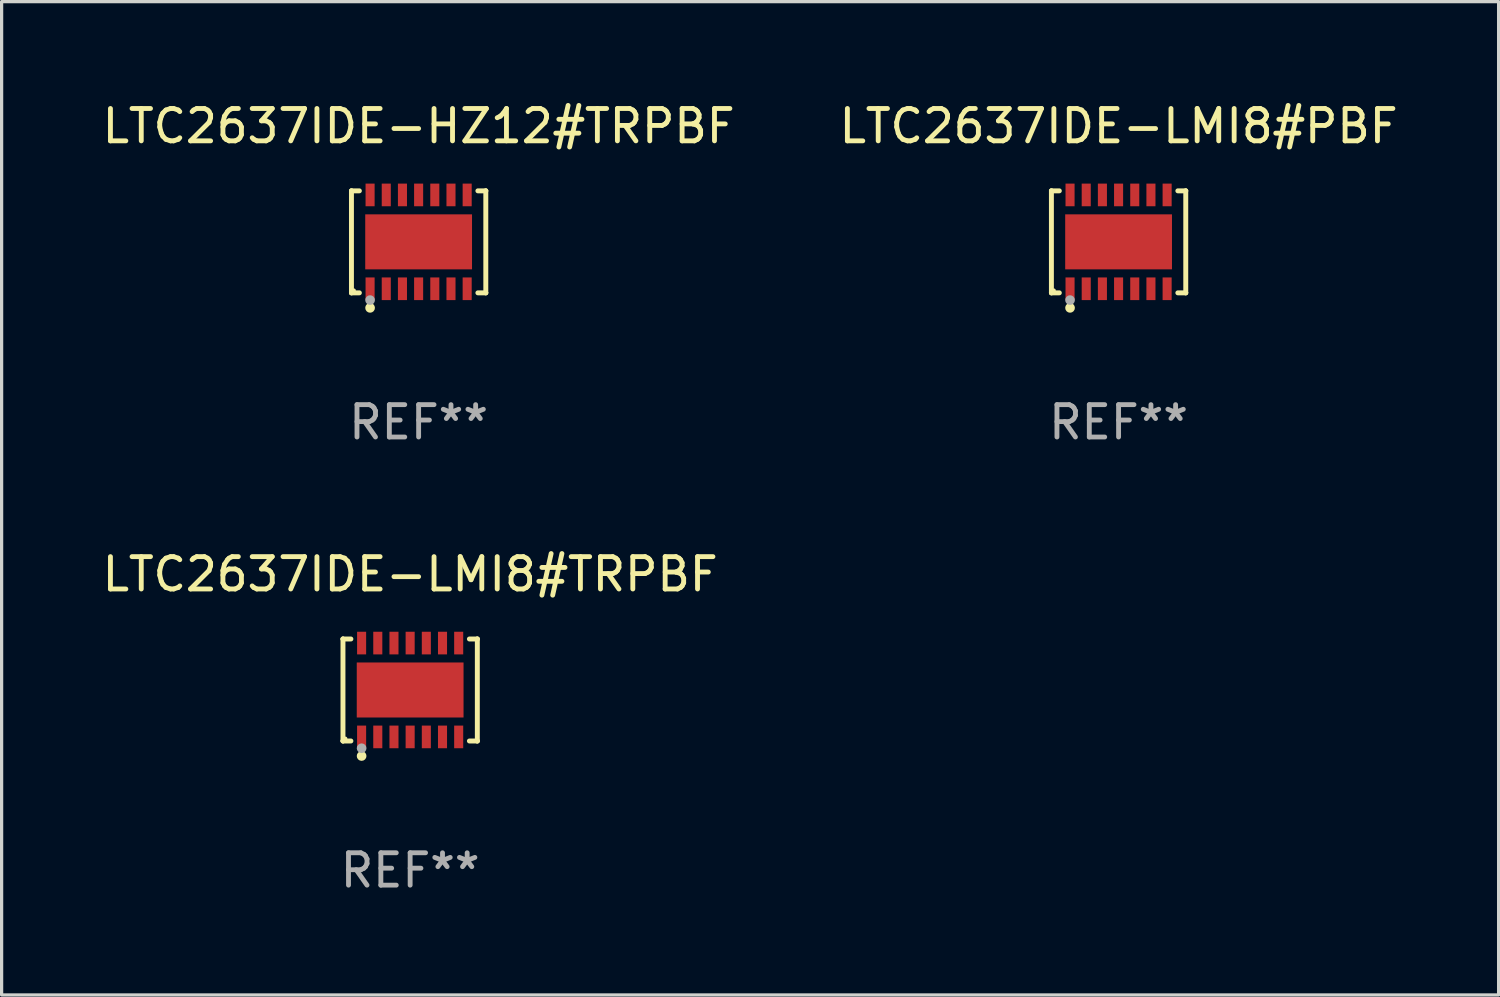
<source format=kicad_pcb>
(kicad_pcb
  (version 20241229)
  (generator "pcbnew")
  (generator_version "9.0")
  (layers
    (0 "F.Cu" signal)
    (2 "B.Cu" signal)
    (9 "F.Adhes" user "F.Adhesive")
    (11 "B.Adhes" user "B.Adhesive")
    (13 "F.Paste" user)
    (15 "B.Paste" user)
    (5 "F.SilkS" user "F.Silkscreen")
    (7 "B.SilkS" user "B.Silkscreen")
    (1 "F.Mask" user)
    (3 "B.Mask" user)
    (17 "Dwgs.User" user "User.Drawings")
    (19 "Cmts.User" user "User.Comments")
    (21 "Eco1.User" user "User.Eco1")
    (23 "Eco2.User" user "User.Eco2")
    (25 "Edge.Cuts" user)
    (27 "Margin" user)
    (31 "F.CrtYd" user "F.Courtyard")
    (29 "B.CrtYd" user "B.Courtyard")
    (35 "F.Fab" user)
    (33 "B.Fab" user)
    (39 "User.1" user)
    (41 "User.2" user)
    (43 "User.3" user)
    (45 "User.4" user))
  (footprint "LTC2637IDE-LMI8#PBF"
    (layer "F.Cu")
    (at 31.518 4.424)
    (property "Reference" "LTC2637IDE-LMI8#PBF" (at 0 -3.576 0) (layer "F.SilkS") (effects (font (size 1 1) (thickness 0.15))))
    (attr through_hole)
    (fp_line (start -2.076 -1.576) (end -2.076 -1.576) (stroke (width 0.152) (type solid)) (layer "F.SilkS"))
    (fp_line (start -2.076 -1.576) (end -1.831 -1.576) (stroke (width 0.152) (type solid)) (layer "F.SilkS"))
    (fp_line (start -2.076 1.576) (end -2.076 -1.576) (stroke (width 0.152) (type solid)) (layer "F.SilkS"))
    (fp_line (start -2.076 1.576) (end -2.076 1.576) (stroke (width 0.152) (type solid)) (layer "F.SilkS"))
    (fp_line (start -1.831 1.576) (end -2.076 1.576) (stroke (width 0.152) (type solid)) (layer "F.SilkS"))
    (fp_line (start 1.831 1.576) (end 2.076 1.576) (stroke (width 0.152) (type solid)) (layer "F.SilkS"))
    (fp_line (start 2.076 -1.576) (end 1.831 -1.576) (stroke (width 0.152) (type solid)) (layer "F.SilkS"))
    (fp_line (start 2.076 -1.576) (end 2.076 -1.576) (stroke (width 0.152) (type solid)) (layer "F.SilkS"))
    (fp_line (start 2.076 1.576) (end 2.076 -1.576) (stroke (width 0.152) (type solid)) (layer "F.SilkS"))
    (fp_line (start 2.076 1.576) (end 2.076 1.576) (stroke (width 0.152) (type solid)) (layer "F.SilkS"))
    (fp_circle (center -2 1.5) (end -1.97 1.5) (stroke (width 0.06) (type solid)) (fill no) (layer "F.SilkS"))
    (fp_circle (center -1.5 2.04) (end -1.425 2.04) (stroke (width 0.15) (type solid)) (fill no) (layer "F.SilkS"))
    (fp_circle (center -1.5 1.8) (end -1.425 1.8) (stroke (width 0.15) (type solid)) (fill no) (layer "F.Fab"))
    (fp_text user "REF**" (at 0 5.576 0) (layer "F.Fab") (effects (font (size 1 1) (thickness 0.15))))
    (pad "1" smd rect (at -1.5 1.45) (size 0.28 0.7) (layers "F.Cu" "F.Mask" "F.Paste"))
    (pad "2" smd rect (at -1 1.45) (size 0.28 0.7) (layers "F.Cu" "F.Mask" "F.Paste"))
    (pad "3" smd rect (at -0.5 1.45) (size 0.28 0.7) (layers "F.Cu" "F.Mask" "F.Paste"))
    (pad "4" smd rect (at 0 1.45) (size 0.28 0.7) (layers "F.Cu" "F.Mask" "F.Paste"))
    (pad "5" smd rect (at 0.5 1.45) (size 0.28 0.7) (layers "F.Cu" "F.Mask" "F.Paste"))
    (pad "6" smd rect (at 1 1.45) (size 0.28 0.7) (layers "F.Cu" "F.Mask" "F.Paste"))
    (pad "7" smd rect (at 1.5 1.45) (size 0.28 0.7) (layers "F.Cu" "F.Mask" "F.Paste"))
    (pad "8" smd rect (at 1.5 -1.45) (size 0.28 0.7) (layers "F.Cu" "F.Mask" "F.Paste"))
    (pad "9" smd rect (at 1 -1.45) (size 0.28 0.7) (layers "F.Cu" "F.Mask" "F.Paste"))
    (pad "10" smd rect (at 0.5 -1.45) (size 0.28 0.7) (layers "F.Cu" "F.Mask" "F.Paste"))
    (pad "11" smd rect (at 0 -1.45) (size 0.28 0.7) (layers "F.Cu" "F.Mask" "F.Paste"))
    (pad "12" smd rect (at -0.5 -1.45) (size 0.28 0.7) (layers "F.Cu" "F.Mask" "F.Paste"))
    (pad "13" smd rect (at -1 -1.45) (size 0.28 0.7) (layers "F.Cu" "F.Mask" "F.Paste"))
    (pad "14" smd rect (at -1.5 -1.45) (size 0.28 0.7) (layers "F.Cu" "F.Mask" "F.Paste"))
    (pad "15" smd rect (at 0 0) (size 3.3 1.7) (layers "F.Cu" "F.Mask" "F.Paste")))
  (footprint "LTC2637IDE-HZ12#TRPBF"
    (layer "F.Cu")
    (at 9.887 4.424)
    (property "Reference" "LTC2637IDE-HZ12#TRPBF" (at 0 -3.576 0) (layer "F.SilkS") (effects (font (size 1 1) (thickness 0.15))))
    (attr through_hole)
    (fp_line (start -2.076 -1.576) (end -2.076 -1.576) (stroke (width 0.152) (type solid)) (layer "F.SilkS"))
    (fp_line (start -2.076 -1.576) (end -1.831 -1.576) (stroke (width 0.152) (type solid)) (layer "F.SilkS"))
    (fp_line (start -2.076 1.576) (end -2.076 -1.576) (stroke (width 0.152) (type solid)) (layer "F.SilkS"))
    (fp_line (start -2.076 1.576) (end -2.076 1.576) (stroke (width 0.152) (type solid)) (layer "F.SilkS"))
    (fp_line (start -1.831 1.576) (end -2.076 1.576) (stroke (width 0.152) (type solid)) (layer "F.SilkS"))
    (fp_line (start 1.831 1.576) (end 2.076 1.576) (stroke (width 0.152) (type solid)) (layer "F.SilkS"))
    (fp_line (start 2.076 -1.576) (end 1.831 -1.576) (stroke (width 0.152) (type solid)) (layer "F.SilkS"))
    (fp_line (start 2.076 -1.576) (end 2.076 -1.576) (stroke (width 0.152) (type solid)) (layer "F.SilkS"))
    (fp_line (start 2.076 1.576) (end 2.076 -1.576) (stroke (width 0.152) (type solid)) (layer "F.SilkS"))
    (fp_line (start 2.076 1.576) (end 2.076 1.576) (stroke (width 0.152) (type solid)) (layer "F.SilkS"))
    (fp_circle (center -2 1.5) (end -1.97 1.5) (stroke (width 0.06) (type solid)) (fill no) (layer "F.SilkS"))
    (fp_circle (center -1.5 2.04) (end -1.425 2.04) (stroke (width 0.15) (type solid)) (fill no) (layer "F.SilkS"))
    (fp_circle (center -1.5 1.8) (end -1.425 1.8) (stroke (width 0.15) (type solid)) (fill no) (layer "F.Fab"))
    (fp_text user "REF**" (at 0 5.576 0) (layer "F.Fab") (effects (font (size 1 1) (thickness 0.15))))
    (pad "1" smd rect (at -1.5 1.45) (size 0.28 0.7) (layers "F.Cu" "F.Mask" "F.Paste"))
    (pad "2" smd rect (at -1 1.45) (size 0.28 0.7) (layers "F.Cu" "F.Mask" "F.Paste"))
    (pad "3" smd rect (at -0.5 1.45) (size 0.28 0.7) (layers "F.Cu" "F.Mask" "F.Paste"))
    (pad "4" smd rect (at 0 1.45) (size 0.28 0.7) (layers "F.Cu" "F.Mask" "F.Paste"))
    (pad "5" smd rect (at 0.5 1.45) (size 0.28 0.7) (layers "F.Cu" "F.Mask" "F.Paste"))
    (pad "6" smd rect (at 1 1.45) (size 0.28 0.7) (layers "F.Cu" "F.Mask" "F.Paste"))
    (pad "7" smd rect (at 1.5 1.45) (size 0.28 0.7) (layers "F.Cu" "F.Mask" "F.Paste"))
    (pad "8" smd rect (at 1.5 -1.45) (size 0.28 0.7) (layers "F.Cu" "F.Mask" "F.Paste"))
    (pad "9" smd rect (at 1 -1.45) (size 0.28 0.7) (layers "F.Cu" "F.Mask" "F.Paste"))
    (pad "10" smd rect (at 0.5 -1.45) (size 0.28 0.7) (layers "F.Cu" "F.Mask" "F.Paste"))
    (pad "11" smd rect (at 0 -1.45) (size 0.28 0.7) (layers "F.Cu" "F.Mask" "F.Paste"))
    (pad "12" smd rect (at -0.5 -1.45) (size 0.28 0.7) (layers "F.Cu" "F.Mask" "F.Paste"))
    (pad "13" smd rect (at -1 -1.45) (size 0.28 0.7) (layers "F.Cu" "F.Mask" "F.Paste"))
    (pad "14" smd rect (at -1.5 -1.45) (size 0.28 0.7) (layers "F.Cu" "F.Mask" "F.Paste"))
    (pad "15" smd rect (at 0 0) (size 3.3 1.7) (layers "F.Cu" "F.Mask" "F.Paste")))
  (footprint "LTC2637IDE-LMI8#TRPBF"
    (layer "F.Cu")
    (at 9.625 18.273)
    (property "Reference" "LTC2637IDE-LMI8#TRPBF" (at 0 -3.576 0) (layer "F.SilkS") (effects (font (size 1 1) (thickness 0.15))))
    (attr through_hole)
    (fp_line (start -2.076 -1.576) (end -2.076 -1.576) (stroke (width 0.152) (type solid)) (layer "F.SilkS"))
    (fp_line (start -2.076 -1.576) (end -1.831 -1.576) (stroke (width 0.152) (type solid)) (layer "F.SilkS"))
    (fp_line (start -2.076 1.576) (end -2.076 -1.576) (stroke (width 0.152) (type solid)) (layer "F.SilkS"))
    (fp_line (start -2.076 1.576) (end -2.076 1.576) (stroke (width 0.152) (type solid)) (layer "F.SilkS"))
    (fp_line (start -1.831 1.576) (end -2.076 1.576) (stroke (width 0.152) (type solid)) (layer "F.SilkS"))
    (fp_line (start 1.831 1.576) (end 2.076 1.576) (stroke (width 0.152) (type solid)) (layer "F.SilkS"))
    (fp_line (start 2.076 -1.576) (end 1.831 -1.576) (stroke (width 0.152) (type solid)) (layer "F.SilkS"))
    (fp_line (start 2.076 -1.576) (end 2.076 -1.576) (stroke (width 0.152) (type solid)) (layer "F.SilkS"))
    (fp_line (start 2.076 1.576) (end 2.076 -1.576) (stroke (width 0.152) (type solid)) (layer "F.SilkS"))
    (fp_line (start 2.076 1.576) (end 2.076 1.576) (stroke (width 0.152) (type solid)) (layer "F.SilkS"))
    (fp_circle (center -2 1.5) (end -1.97 1.5) (stroke (width 0.06) (type solid)) (fill no) (layer "F.SilkS"))
    (fp_circle (center -1.5 2.04) (end -1.425 2.04) (stroke (width 0.15) (type solid)) (fill no) (layer "F.SilkS"))
    (fp_circle (center -1.5 1.8) (end -1.425 1.8) (stroke (width 0.15) (type solid)) (fill no) (layer "F.Fab"))
    (fp_text user "REF**" (at 0 5.576 0) (layer "F.Fab") (effects (font (size 1 1) (thickness 0.15))))
    (pad "1" smd rect (at -1.5 1.45) (size 0.28 0.7) (layers "F.Cu" "F.Mask" "F.Paste"))
    (pad "2" smd rect (at -1 1.45) (size 0.28 0.7) (layers "F.Cu" "F.Mask" "F.Paste"))
    (pad "3" smd rect (at -0.5 1.45) (size 0.28 0.7) (layers "F.Cu" "F.Mask" "F.Paste"))
    (pad "4" smd rect (at 0 1.45) (size 0.28 0.7) (layers "F.Cu" "F.Mask" "F.Paste"))
    (pad "5" smd rect (at 0.5 1.45) (size 0.28 0.7) (layers "F.Cu" "F.Mask" "F.Paste"))
    (pad "6" smd rect (at 1 1.45) (size 0.28 0.7) (layers "F.Cu" "F.Mask" "F.Paste"))
    (pad "7" smd rect (at 1.5 1.45) (size 0.28 0.7) (layers "F.Cu" "F.Mask" "F.Paste"))
    (pad "8" smd rect (at 1.5 -1.45) (size 0.28 0.7) (layers "F.Cu" "F.Mask" "F.Paste"))
    (pad "9" smd rect (at 1 -1.45) (size 0.28 0.7) (layers "F.Cu" "F.Mask" "F.Paste"))
    (pad "10" smd rect (at 0.5 -1.45) (size 0.28 0.7) (layers "F.Cu" "F.Mask" "F.Paste"))
    (pad "11" smd rect (at 0 -1.45) (size 0.28 0.7) (layers "F.Cu" "F.Mask" "F.Paste"))
    (pad "12" smd rect (at -0.5 -1.45) (size 0.28 0.7) (layers "F.Cu" "F.Mask" "F.Paste"))
    (pad "13" smd rect (at -1 -1.45) (size 0.28 0.7) (layers "F.Cu" "F.Mask" "F.Paste"))
    (pad "14" smd rect (at -1.5 -1.45) (size 0.28 0.7) (layers "F.Cu" "F.Mask" "F.Paste"))
    (pad "15" smd rect (at 0 0) (size 3.3 1.7) (layers "F.Cu" "F.Mask" "F.Paste")))
  (gr_rect
    (start -3 -3)
    (end 43.262 27.698)
    (stroke (width 0.1) (type default))
    (fill no)
    (layer "Edge.Cuts")))
</source>
